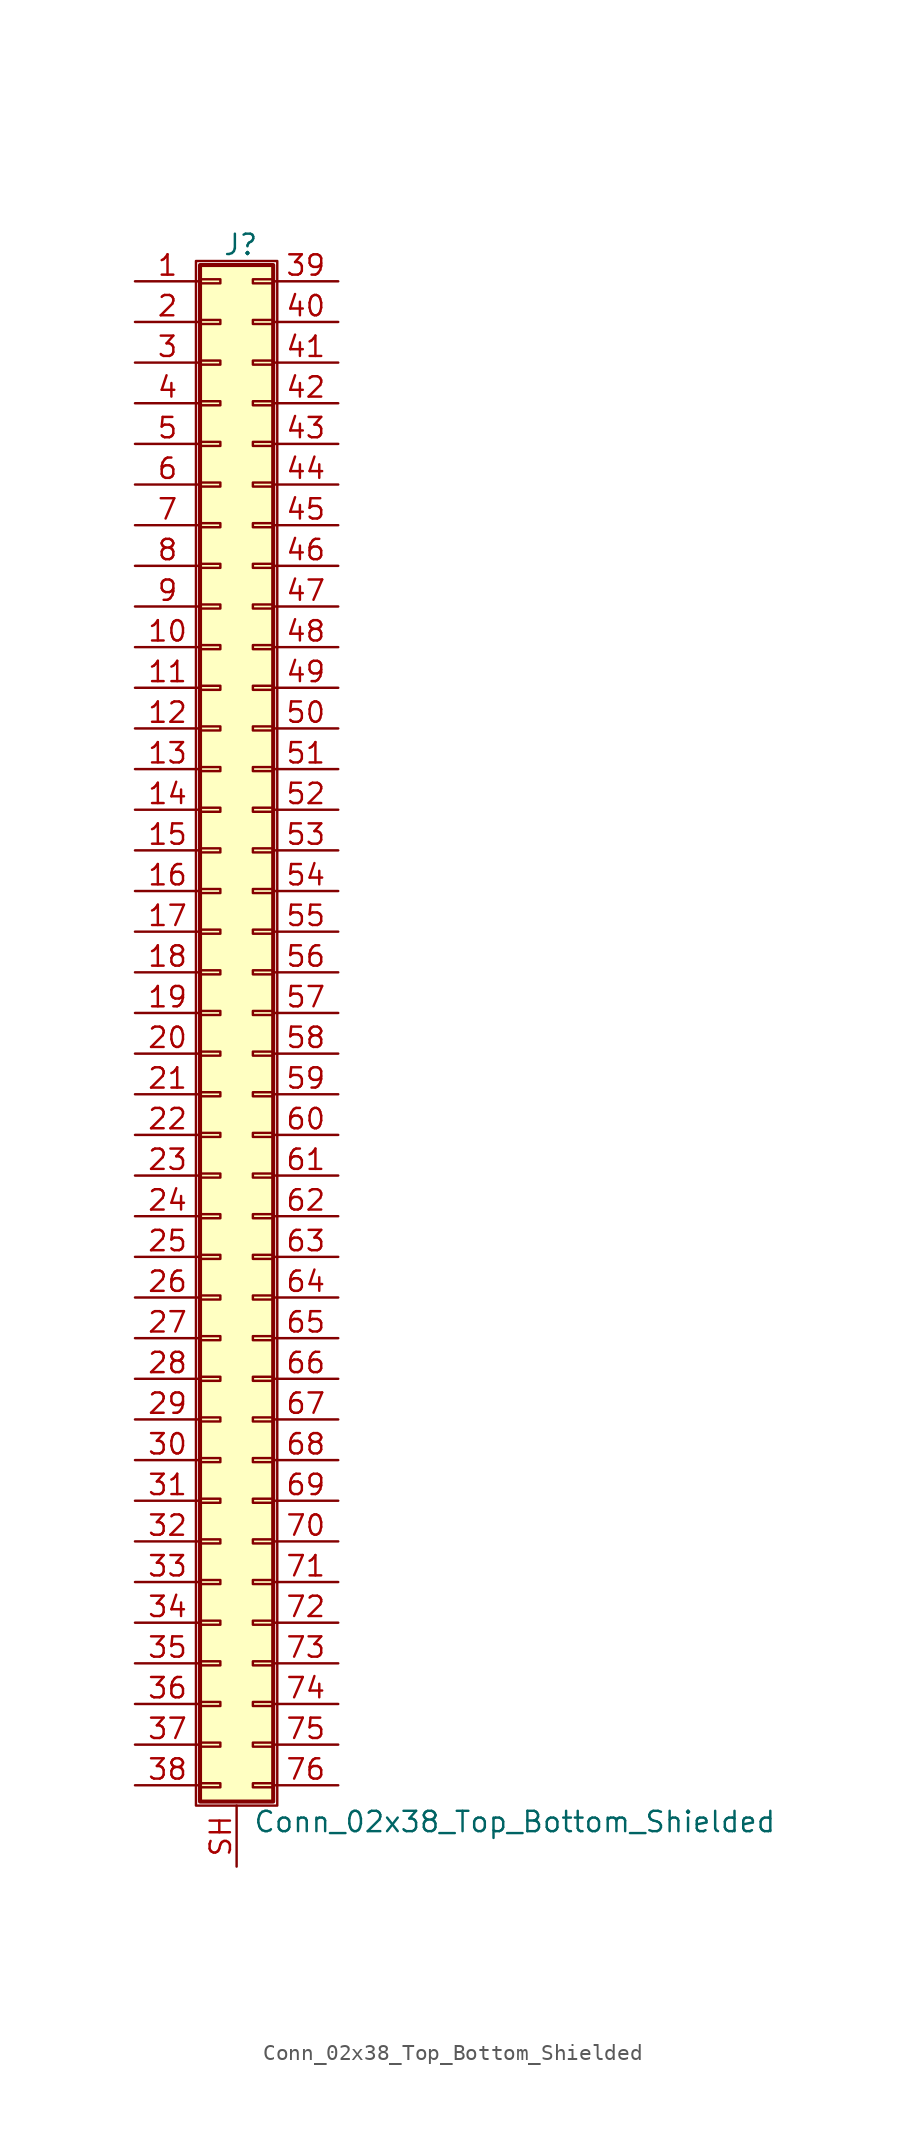
<source format=kicad_sym>
(kicad_symbol_lib
  (version 20201005)
  (generator kicad_symbol_editor)
  (symbol "Conn_02x38_Top_Bottom_Shielded"
    (pin_names
      (offset 1.016) hide)
    (property "Reference" "J"
      (at 1.524 48.006 0)
      (effects (font (size 1.27 1.27))))
    (property "Value" "Conn_02x38_Top_Bottom_Shielded"
      (at 2.286 -50.546 0)
      (effects (font (size 1.27 1.27)) (justify left)))
    (symbol "Conn_02x38_Top_Bottom_Shielded_1_1"
      (rectangle (start -1.27 46.99) (end 3.81 -49.53) (stroke (width 0.152)) (fill (type none)))
      (rectangle (start -1.016 -48.133) (end 0.254 -48.387) (stroke (width 0.152)) (fill (type none)))
      (rectangle (start -1.016 -45.593) (end 0.254 -45.847) (stroke (width 0.152)) (fill (type none)))
      (rectangle (start -1.016 -43.053) (end 0.254 -43.307) (stroke (width 0.152)) (fill (type none)))
      (rectangle (start -1.016 -40.513) (end 0.254 -40.767) (stroke (width 0.152)) (fill (type none)))
      (rectangle (start -1.016 -37.973) (end 0.254 -38.227) (stroke (width 0.152)) (fill (type none)))
      (rectangle (start -1.016 -35.433) (end 0.254 -35.687) (stroke (width 0.152)) (fill (type none)))
      (rectangle (start -1.016 -32.893) (end 0.254 -33.147) (stroke (width 0.152)) (fill (type none)))
      (rectangle (start -1.016 -30.353) (end 0.254 -30.607) (stroke (width 0.152)) (fill (type none)))
      (rectangle (start -1.016 -27.813) (end 0.254 -28.067) (stroke (width 0.152)) (fill (type none)))
      (rectangle (start -1.016 -25.273) (end 0.254 -25.527) (stroke (width 0.152)) (fill (type none)))
      (rectangle (start -1.016 -22.733) (end 0.254 -22.987) (stroke (width 0.152)) (fill (type none)))
      (rectangle (start -1.016 -20.193) (end 0.254 -20.447) (stroke (width 0.152)) (fill (type none)))
      (rectangle (start -1.016 -17.653) (end 0.254 -17.907) (stroke (width 0.152)) (fill (type none)))
      (rectangle (start -1.016 -15.113) (end 0.254 -15.367) (stroke (width 0.152)) (fill (type none)))
      (rectangle (start -1.016 -12.573) (end 0.254 -12.827) (stroke (width 0.152)) (fill (type none)))
      (rectangle (start -1.016 -10.033) (end 0.254 -10.287) (stroke (width 0.152)) (fill (type none)))
      (rectangle (start -1.016 -7.493) (end 0.254 -7.747) (stroke (width 0.152)) (fill (type none)))
      (rectangle (start -1.016 -4.953) (end 0.254 -5.207) (stroke (width 0.152)) (fill (type none)))
      (rectangle (start -1.016 -2.413) (end 0.254 -2.667) (stroke (width 0.152)) (fill (type none)))
      (rectangle (start -1.016 0.127) (end 0.254 -0.127) (stroke (width 0.152)) (fill (type none)))
      (rectangle (start -1.016 2.667) (end 0.254 2.413) (stroke (width 0.152)) (fill (type none)))
      (rectangle (start -1.016 5.207) (end 0.254 4.953) (stroke (width 0.152)) (fill (type none)))
      (rectangle (start -1.016 7.747) (end 0.254 7.493) (stroke (width 0.152)) (fill (type none)))
      (rectangle (start -1.016 10.287) (end 0.254 10.033) (stroke (width 0.152)) (fill (type none)))
      (rectangle (start -1.016 12.827) (end 0.254 12.573) (stroke (width 0.152)) (fill (type none)))
      (rectangle (start -1.016 15.367) (end 0.254 15.113) (stroke (width 0.152)) (fill (type none)))
      (rectangle (start -1.016 17.907) (end 0.254 17.653) (stroke (width 0.152)) (fill (type none)))
      (rectangle (start -1.016 20.447) (end 0.254 20.193) (stroke (width 0.152)) (fill (type none)))
      (rectangle (start -1.016 22.987) (end 0.254 22.733) (stroke (width 0.152)) (fill (type none)))
      (rectangle (start -1.016 25.527) (end 0.254 25.273) (stroke (width 0.152)) (fill (type none)))
      (rectangle (start -1.016 28.067) (end 0.254 27.813) (stroke (width 0.152)) (fill (type none)))
      (rectangle (start -1.016 30.607) (end 0.254 30.353) (stroke (width 0.152)) (fill (type none)))
      (rectangle (start -1.016 33.147) (end 0.254 32.893) (stroke (width 0.152)) (fill (type none)))
      (rectangle (start -1.016 35.687) (end 0.254 35.433) (stroke (width 0.152)) (fill (type none)))
      (rectangle (start -1.016 38.227) (end 0.254 37.973) (stroke (width 0.152)) (fill (type none)))
      (rectangle (start -1.016 40.767) (end 0.254 40.513) (stroke (width 0.152)) (fill (type none)))
      (rectangle (start -1.016 43.307) (end 0.254 43.053) (stroke (width 0.152)) (fill (type none)))
      (rectangle (start -1.016 45.847) (end 0.254 45.593) (stroke (width 0.152)) (fill (type none)))
      (rectangle (start 3.556 -48.133) (end 2.286 -48.387) (stroke (width 0.152)) (fill (type none)))
      (rectangle (start 3.556 -45.593) (end 2.286 -45.847) (stroke (width 0.152)) (fill (type none)))
      (rectangle (start 3.556 -43.053) (end 2.286 -43.307) (stroke (width 0.152)) (fill (type none)))
      (rectangle (start 3.556 -40.513) (end 2.286 -40.767) (stroke (width 0.152)) (fill (type none)))
      (rectangle (start 3.556 -37.973) (end 2.286 -38.227) (stroke (width 0.152)) (fill (type none)))
      (rectangle (start 3.556 -35.433) (end 2.286 -35.687) (stroke (width 0.152)) (fill (type none)))
      (rectangle (start 3.556 -32.893) (end 2.286 -33.147) (stroke (width 0.152)) (fill (type none)))
      (rectangle (start 3.556 -30.353) (end 2.286 -30.607) (stroke (width 0.152)) (fill (type none)))
      (rectangle (start 3.556 -27.813) (end 2.286 -28.067) (stroke (width 0.152)) (fill (type none)))
      (rectangle (start 3.556 -25.273) (end 2.286 -25.527) (stroke (width 0.152)) (fill (type none)))
      (rectangle (start 3.556 -22.733) (end 2.286 -22.987) (stroke (width 0.152)) (fill (type none)))
      (rectangle (start 3.556 -20.193) (end 2.286 -20.447) (stroke (width 0.152)) (fill (type none)))
      (rectangle (start 3.556 -17.653) (end 2.286 -17.907) (stroke (width 0.152)) (fill (type none)))
      (rectangle (start 3.556 -15.113) (end 2.286 -15.367) (stroke (width 0.152)) (fill (type none)))
      (rectangle (start 3.556 -12.573) (end 2.286 -12.827) (stroke (width 0.152)) (fill (type none)))
      (rectangle (start 3.556 -10.033) (end 2.286 -10.287) (stroke (width 0.152)) (fill (type none)))
      (rectangle (start 3.556 -7.493) (end 2.286 -7.747) (stroke (width 0.152)) (fill (type none)))
      (rectangle (start 3.556 -4.953) (end 2.286 -5.207) (stroke (width 0.152)) (fill (type none)))
      (rectangle (start 3.556 -2.413) (end 2.286 -2.667) (stroke (width 0.152)) (fill (type none)))
      (rectangle (start 3.556 0.127) (end 2.286 -0.127) (stroke (width 0.152)) (fill (type none)))
      (rectangle (start 3.556 2.667) (end 2.286 2.413) (stroke (width 0.152)) (fill (type none)))
      (rectangle (start 3.556 5.207) (end 2.286 4.953) (stroke (width 0.152)) (fill (type none)))
      (rectangle (start 3.556 7.747) (end 2.286 7.493) (stroke (width 0.152)) (fill (type none)))
      (rectangle (start 3.556 10.287) (end 2.286 10.033) (stroke (width 0.152)) (fill (type none)))
      (rectangle (start 3.556 12.827) (end 2.286 12.573) (stroke (width 0.152)) (fill (type none)))
      (rectangle (start 3.556 15.367) (end 2.286 15.113) (stroke (width 0.152)) (fill (type none)))
      (rectangle (start 3.556 17.907) (end 2.286 17.653) (stroke (width 0.152)) (fill (type none)))
      (rectangle (start 3.556 20.447) (end 2.286 20.193) (stroke (width 0.152)) (fill (type none)))
      (rectangle (start 3.556 22.987) (end 2.286 22.733) (stroke (width 0.152)) (fill (type none)))
      (rectangle (start 3.556 25.527) (end 2.286 25.273) (stroke (width 0.152)) (fill (type none)))
      (rectangle (start 3.556 28.067) (end 2.286 27.813) (stroke (width 0.152)) (fill (type none)))
      (rectangle (start 3.556 30.607) (end 2.286 30.353) (stroke (width 0.152)) (fill (type none)))
      (rectangle (start 3.556 33.147) (end 2.286 32.893) (stroke (width 0.152)) (fill (type none)))
      (rectangle (start 3.556 35.687) (end 2.286 35.433) (stroke (width 0.152)) (fill (type none)))
      (rectangle (start 3.556 38.227) (end 2.286 37.973) (stroke (width 0.152)) (fill (type none)))
      (rectangle (start 3.556 40.767) (end 2.286 40.513) (stroke (width 0.152)) (fill (type none)))
      (rectangle (start 3.556 43.307) (end 2.286 43.053) (stroke (width 0.152)) (fill (type none)))
      (rectangle (start 3.556 45.847) (end 2.286 45.593) (stroke (width 0.152)) (fill (type none)))
      (rectangle (start -1.016 46.736) (end 3.556 -49.276) (stroke (width 0.254)) (fill (type background)))
      (pin passive line (at -5.08 45.72 0) (length 4.064) (name "Pin_1" (effects (font (size 1.27 1.27)))) (number "1" (effects (font (size 1.27 1.27)))))
      (pin passive line (at -5.08 22.86 0) (length 4.064) (name "Pin_10" (effects (font (size 1.27 1.27)))) (number "10" (effects (font (size 1.27 1.27)))))
      (pin passive line (at -5.08 20.32 0) (length 4.064) (name "Pin_11" (effects (font (size 1.27 1.27)))) (number "11" (effects (font (size 1.27 1.27)))))
      (pin passive line (at -5.08 17.78 0) (length 4.064) (name "Pin_12" (effects (font (size 1.27 1.27)))) (number "12" (effects (font (size 1.27 1.27)))))
      (pin passive line (at -5.08 15.24 0) (length 4.064) (name "Pin_13" (effects (font (size 1.27 1.27)))) (number "13" (effects (font (size 1.27 1.27)))))
      (pin passive line (at -5.08 12.7 0) (length 4.064) (name "Pin_14" (effects (font (size 1.27 1.27)))) (number "14" (effects (font (size 1.27 1.27)))))
      (pin passive line (at -5.08 10.16 0) (length 4.064) (name "Pin_15" (effects (font (size 1.27 1.27)))) (number "15" (effects (font (size 1.27 1.27)))))
      (pin passive line (at -5.08 7.62 0) (length 4.064) (name "Pin_16" (effects (font (size 1.27 1.27)))) (number "16" (effects (font (size 1.27 1.27)))))
      (pin passive line (at -5.08 5.08 0) (length 4.064) (name "Pin_17" (effects (font (size 1.27 1.27)))) (number "17" (effects (font (size 1.27 1.27)))))
      (pin passive line (at -5.08 2.54 0) (length 4.064) (name "Pin_18" (effects (font (size 1.27 1.27)))) (number "18" (effects (font (size 1.27 1.27)))))
      (pin passive line (at -5.08 0 0) (length 4.064) (name "Pin_19" (effects (font (size 1.27 1.27)))) (number "19" (effects (font (size 1.27 1.27)))))
      (pin passive line (at -5.08 43.18 0) (length 4.064) (name "Pin_2" (effects (font (size 1.27 1.27)))) (number "2" (effects (font (size 1.27 1.27)))))
      (pin passive line (at -5.08 -2.54 0) (length 4.064) (name "Pin_20" (effects (font (size 1.27 1.27)))) (number "20" (effects (font (size 1.27 1.27)))))
      (pin passive line (at -5.08 -5.08 0) (length 4.064) (name "Pin_21" (effects (font (size 1.27 1.27)))) (number "21" (effects (font (size 1.27 1.27)))))
      (pin passive line (at -5.08 -7.62 0) (length 4.064) (name "Pin_22" (effects (font (size 1.27 1.27)))) (number "22" (effects (font (size 1.27 1.27)))))
      (pin passive line (at -5.08 -10.16 0) (length 4.064) (name "Pin_23" (effects (font (size 1.27 1.27)))) (number "23" (effects (font (size 1.27 1.27)))))
      (pin passive line (at -5.08 -12.7 0) (length 4.064) (name "Pin_24" (effects (font (size 1.27 1.27)))) (number "24" (effects (font (size 1.27 1.27)))))
      (pin passive line (at -5.08 -15.24 0) (length 4.064) (name "Pin_25" (effects (font (size 1.27 1.27)))) (number "25" (effects (font (size 1.27 1.27)))))
      (pin passive line (at -5.08 -17.78 0) (length 4.064) (name "Pin_26" (effects (font (size 1.27 1.27)))) (number "26" (effects (font (size 1.27 1.27)))))
      (pin passive line (at -5.08 -20.32 0) (length 4.064) (name "Pin_27" (effects (font (size 1.27 1.27)))) (number "27" (effects (font (size 1.27 1.27)))))
      (pin passive line (at -5.08 -22.86 0) (length 4.064) (name "Pin_28" (effects (font (size 1.27 1.27)))) (number "28" (effects (font (size 1.27 1.27)))))
      (pin passive line (at -5.08 -25.4 0) (length 4.064) (name "Pin_29" (effects (font (size 1.27 1.27)))) (number "29" (effects (font (size 1.27 1.27)))))
      (pin passive line (at -5.08 40.64 0) (length 4.064) (name "Pin_3" (effects (font (size 1.27 1.27)))) (number "3" (effects (font (size 1.27 1.27)))))
      (pin passive line (at -5.08 -27.94 0) (length 4.064) (name "Pin_30" (effects (font (size 1.27 1.27)))) (number "30" (effects (font (size 1.27 1.27)))))
      (pin passive line (at -5.08 -30.48 0) (length 4.064) (name "Pin_31" (effects (font (size 1.27 1.27)))) (number "31" (effects (font (size 1.27 1.27)))))
      (pin passive line (at -5.08 -33.02 0) (length 4.064) (name "Pin_32" (effects (font (size 1.27 1.27)))) (number "32" (effects (font (size 1.27 1.27)))))
      (pin passive line (at -5.08 -35.56 0) (length 4.064) (name "Pin_33" (effects (font (size 1.27 1.27)))) (number "33" (effects (font (size 1.27 1.27)))))
      (pin passive line (at -5.08 -38.1 0) (length 4.064) (name "Pin_34" (effects (font (size 1.27 1.27)))) (number "34" (effects (font (size 1.27 1.27)))))
      (pin passive line (at -5.08 -40.64 0) (length 4.064) (name "Pin_35" (effects (font (size 1.27 1.27)))) (number "35" (effects (font (size 1.27 1.27)))))
      (pin passive line (at -5.08 -43.18 0) (length 4.064) (name "Pin_36" (effects (font (size 1.27 1.27)))) (number "36" (effects (font (size 1.27 1.27)))))
      (pin passive line (at -5.08 -45.72 0) (length 4.064) (name "Pin_37" (effects (font (size 1.27 1.27)))) (number "37" (effects (font (size 1.27 1.27)))))
      (pin passive line (at -5.08 -48.26 0) (length 4.064) (name "Pin_38" (effects (font (size 1.27 1.27)))) (number "38" (effects (font (size 1.27 1.27)))))
      (pin passive line (at 7.62 45.72 180) (length 4.064) (name "Pin_39" (effects (font (size 1.27 1.27)))) (number "39" (effects (font (size 1.27 1.27)))))
      (pin passive line (at -5.08 38.1 0) (length 4.064) (name "Pin_4" (effects (font (size 1.27 1.27)))) (number "4" (effects (font (size 1.27 1.27)))))
      (pin passive line (at 7.62 43.18 180) (length 4.064) (name "Pin_40" (effects (font (size 1.27 1.27)))) (number "40" (effects (font (size 1.27 1.27)))))
      (pin passive line (at 7.62 40.64 180) (length 4.064) (name "Pin_41" (effects (font (size 1.27 1.27)))) (number "41" (effects (font (size 1.27 1.27)))))
      (pin passive line (at 7.62 38.1 180) (length 4.064) (name "Pin_42" (effects (font (size 1.27 1.27)))) (number "42" (effects (font (size 1.27 1.27)))))
      (pin passive line (at 7.62 35.56 180) (length 4.064) (name "Pin_43" (effects (font (size 1.27 1.27)))) (number "43" (effects (font (size 1.27 1.27)))))
      (pin passive line (at 7.62 33.02 180) (length 4.064) (name "Pin_44" (effects (font (size 1.27 1.27)))) (number "44" (effects (font (size 1.27 1.27)))))
      (pin passive line (at 7.62 30.48 180) (length 4.064) (name "Pin_45" (effects (font (size 1.27 1.27)))) (number "45" (effects (font (size 1.27 1.27)))))
      (pin passive line (at 7.62 27.94 180) (length 4.064) (name "Pin_46" (effects (font (size 1.27 1.27)))) (number "46" (effects (font (size 1.27 1.27)))))
      (pin passive line (at 7.62 25.4 180) (length 4.064) (name "Pin_47" (effects (font (size 1.27 1.27)))) (number "47" (effects (font (size 1.27 1.27)))))
      (pin passive line (at 7.62 22.86 180) (length 4.064) (name "Pin_48" (effects (font (size 1.27 1.27)))) (number "48" (effects (font (size 1.27 1.27)))))
      (pin passive line (at 7.62 20.32 180) (length 4.064) (name "Pin_49" (effects (font (size 1.27 1.27)))) (number "49" (effects (font (size 1.27 1.27)))))
      (pin passive line (at -5.08 35.56 0) (length 4.064) (name "Pin_5" (effects (font (size 1.27 1.27)))) (number "5" (effects (font (size 1.27 1.27)))))
      (pin passive line (at 7.62 17.78 180) (length 4.064) (name "Pin_50" (effects (font (size 1.27 1.27)))) (number "50" (effects (font (size 1.27 1.27)))))
      (pin passive line (at 7.62 15.24 180) (length 4.064) (name "Pin_51" (effects (font (size 1.27 1.27)))) (number "51" (effects (font (size 1.27 1.27)))))
      (pin passive line (at 7.62 12.7 180) (length 4.064) (name "Pin_52" (effects (font (size 1.27 1.27)))) (number "52" (effects (font (size 1.27 1.27)))))
      (pin passive line (at 7.62 10.16 180) (length 4.064) (name "Pin_53" (effects (font (size 1.27 1.27)))) (number "53" (effects (font (size 1.27 1.27)))))
      (pin passive line (at 7.62 7.62 180) (length 4.064) (name "Pin_54" (effects (font (size 1.27 1.27)))) (number "54" (effects (font (size 1.27 1.27)))))
      (pin passive line (at 7.62 5.08 180) (length 4.064) (name "Pin_55" (effects (font (size 1.27 1.27)))) (number "55" (effects (font (size 1.27 1.27)))))
      (pin passive line (at 7.62 2.54 180) (length 4.064) (name "Pin_56" (effects (font (size 1.27 1.27)))) (number "56" (effects (font (size 1.27 1.27)))))
      (pin passive line (at 7.62 0 180) (length 4.064) (name "Pin_57" (effects (font (size 1.27 1.27)))) (number "57" (effects (font (size 1.27 1.27)))))
      (pin passive line (at 7.62 -2.54 180) (length 4.064) (name "Pin_58" (effects (font (size 1.27 1.27)))) (number "58" (effects (font (size 1.27 1.27)))))
      (pin passive line (at 7.62 -5.08 180) (length 4.064) (name "Pin_59" (effects (font (size 1.27 1.27)))) (number "59" (effects (font (size 1.27 1.27)))))
      (pin passive line (at -5.08 33.02 0) (length 4.064) (name "Pin_6" (effects (font (size 1.27 1.27)))) (number "6" (effects (font (size 1.27 1.27)))))
      (pin passive line (at 7.62 -7.62 180) (length 4.064) (name "Pin_60" (effects (font (size 1.27 1.27)))) (number "60" (effects (font (size 1.27 1.27)))))
      (pin passive line (at 7.62 -10.16 180) (length 4.064) (name "Pin_61" (effects (font (size 1.27 1.27)))) (number "61" (effects (font (size 1.27 1.27)))))
      (pin passive line (at 7.62 -12.7 180) (length 4.064) (name "Pin_62" (effects (font (size 1.27 1.27)))) (number "62" (effects (font (size 1.27 1.27)))))
      (pin passive line (at 7.62 -15.24 180) (length 4.064) (name "Pin_63" (effects (font (size 1.27 1.27)))) (number "63" (effects (font (size 1.27 1.27)))))
      (pin passive line (at 7.62 -17.78 180) (length 4.064) (name "Pin_64" (effects (font (size 1.27 1.27)))) (number "64" (effects (font (size 1.27 1.27)))))
      (pin passive line (at 7.62 -20.32 180) (length 4.064) (name "Pin_65" (effects (font (size 1.27 1.27)))) (number "65" (effects (font (size 1.27 1.27)))))
      (pin passive line (at 7.62 -22.86 180) (length 4.064) (name "Pin_66" (effects (font (size 1.27 1.27)))) (number "66" (effects (font (size 1.27 1.27)))))
      (pin passive line (at 7.62 -25.4 180) (length 4.064) (name "Pin_67" (effects (font (size 1.27 1.27)))) (number "67" (effects (font (size 1.27 1.27)))))
      (pin passive line (at 7.62 -27.94 180) (length 4.064) (name "Pin_68" (effects (font (size 1.27 1.27)))) (number "68" (effects (font (size 1.27 1.27)))))
      (pin passive line (at 7.62 -30.48 180) (length 4.064) (name "Pin_69" (effects (font (size 1.27 1.27)))) (number "69" (effects (font (size 1.27 1.27)))))
      (pin passive line (at -5.08 30.48 0) (length 4.064) (name "Pin_7" (effects (font (size 1.27 1.27)))) (number "7" (effects (font (size 1.27 1.27)))))
      (pin passive line (at 7.62 -33.02 180) (length 4.064) (name "Pin_70" (effects (font (size 1.27 1.27)))) (number "70" (effects (font (size 1.27 1.27)))))
      (pin passive line (at 7.62 -35.56 180) (length 4.064) (name "Pin_71" (effects (font (size 1.27 1.27)))) (number "71" (effects (font (size 1.27 1.27)))))
      (pin passive line (at 7.62 -38.1 180) (length 4.064) (name "Pin_72" (effects (font (size 1.27 1.27)))) (number "72" (effects (font (size 1.27 1.27)))))
      (pin passive line (at 7.62 -40.64 180) (length 4.064) (name "Pin_73" (effects (font (size 1.27 1.27)))) (number "73" (effects (font (size 1.27 1.27)))))
      (pin passive line (at 7.62 -43.18 180) (length 4.064) (name "Pin_74" (effects (font (size 1.27 1.27)))) (number "74" (effects (font (size 1.27 1.27)))))
      (pin passive line (at 7.62 -45.72 180) (length 4.064) (name "Pin_75" (effects (font (size 1.27 1.27)))) (number "75" (effects (font (size 1.27 1.27)))))
      (pin passive line (at 7.62 -48.26 180) (length 4.064) (name "Pin_76" (effects (font (size 1.27 1.27)))) (number "76" (effects (font (size 1.27 1.27)))))
      (pin passive line (at -5.08 27.94 0) (length 4.064) (name "Pin_8" (effects (font (size 1.27 1.27)))) (number "8" (effects (font (size 1.27 1.27)))))
      (pin passive line (at -5.08 25.4 0) (length 4.064) (name "Pin_9" (effects (font (size 1.27 1.27)))) (number "9" (effects (font (size 1.27 1.27)))))
      (pin passive line (at 1.27 -53.34 90) (length 3.81) (name "Shield" (effects (font (size 1.27 1.27)))) (number "SH" (effects (font (size 1.27 1.27))))))))
</source>
